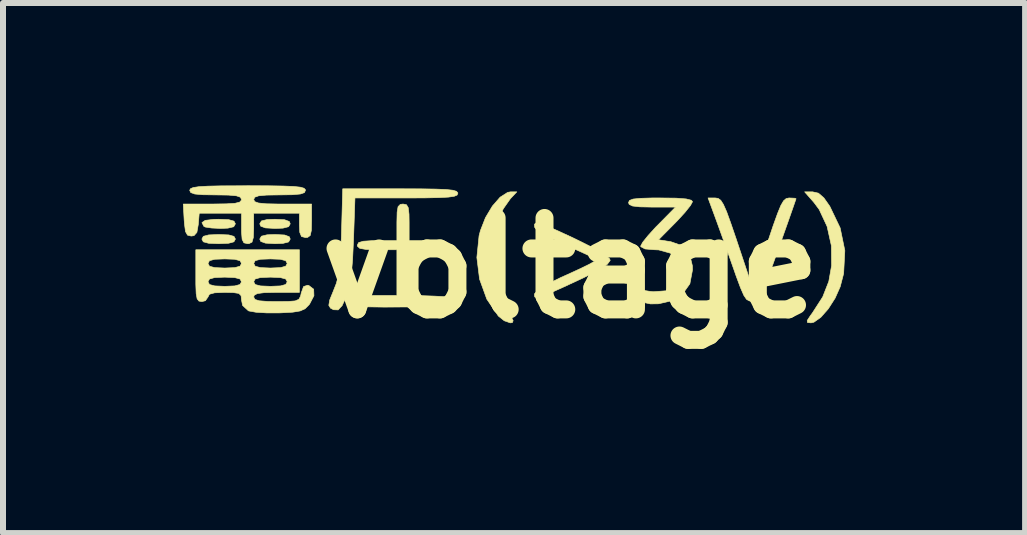
<source format=kicad_pcb>
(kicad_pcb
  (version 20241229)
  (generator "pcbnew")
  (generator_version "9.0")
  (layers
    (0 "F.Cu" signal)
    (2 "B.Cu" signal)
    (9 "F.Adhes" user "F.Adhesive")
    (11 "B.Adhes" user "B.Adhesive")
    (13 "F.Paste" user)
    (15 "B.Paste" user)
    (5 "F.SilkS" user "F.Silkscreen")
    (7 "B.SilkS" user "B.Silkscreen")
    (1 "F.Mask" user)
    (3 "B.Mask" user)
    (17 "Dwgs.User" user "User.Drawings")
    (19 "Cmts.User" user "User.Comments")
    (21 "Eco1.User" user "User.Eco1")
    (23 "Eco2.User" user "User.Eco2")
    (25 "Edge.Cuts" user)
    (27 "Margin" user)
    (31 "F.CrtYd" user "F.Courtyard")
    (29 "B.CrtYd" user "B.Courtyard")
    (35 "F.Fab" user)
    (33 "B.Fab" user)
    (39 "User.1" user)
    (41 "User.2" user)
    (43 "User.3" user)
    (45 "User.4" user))
  (footprint "voltage"
    (layer "F.Cu")
    (at 6.462 1.418)
    (property "Reference" "voltage" (at 0 0 0) (layer "F.SilkS") (effects (font (size 1.524 1.524) (thickness 0.3))))
    (attr through_hole)
    (fp_poly (pts (xy -5.699 -0.552) (xy -5.612 -0.528) (xy -5.588 -0.483) (xy -5.613 -0.437) (xy -5.701 -0.413) (xy -5.867 -0.406) (xy -6.036 -0.413) (xy -6.123 -0.437) (xy -6.147 -0.483) (xy -6.122 -0.529) (xy -6.034 -0.552) (xy -5.867 -0.559) (xy -5.699 -0.552)) (stroke (width 0.01) (type solid)) (fill yes) (layer "F.SilkS"))
    (fp_poly (pts (xy -4.768 -0.805) (xy -4.69 -0.776) (xy -4.674 -0.737) (xy -4.701 -0.689) (xy -4.795 -0.665) (xy -4.928 -0.66) (xy -5.087 -0.669) (xy -5.165 -0.697) (xy -5.182 -0.737) (xy -5.154 -0.785) (xy -5.06 -0.808) (xy -4.928 -0.813) (xy -4.768 -0.805)) (stroke (width 0.01) (type solid)) (fill yes) (layer "F.SilkS"))
    (fp_poly (pts (xy -4.768 -0.551) (xy -4.69 -0.522) (xy -4.674 -0.483) (xy -4.701 -0.435) (xy -4.795 -0.411) (xy -4.928 -0.406) (xy -5.087 -0.415) (xy -5.165 -0.443) (xy -5.182 -0.483) (xy -5.154 -0.531) (xy -5.06 -0.554) (xy -4.928 -0.559) (xy -4.768 -0.551)) (stroke (width 0.01) (type solid)) (fill yes) (layer "F.SilkS"))
    (fp_poly (pts (xy -5.699 -0.806) (xy -5.612 -0.782) (xy -5.588 -0.737) (xy -5.616 -0.688) (xy -5.713 -0.665) (xy -5.834 -0.66) (xy -5.984 -0.667) (xy -6.089 -0.683) (xy -6.113 -0.694) (xy -6.146 -0.757) (xy -6.091 -0.795) (xy -5.944 -0.812) (xy -5.867 -0.813) (xy -5.699 -0.806)) (stroke (width 0.01) (type solid)) (fill yes) (layer "F.SilkS"))
    (fp_poly (pts (xy 4.131 -1.248) (xy 4.222 -1.169) (xy 4.32 -1.03) (xy 4.493 -0.669) (xy 4.571 -0.291) (xy 4.551 0.092) (xy 4.494 0.311) (xy 4.409 0.502) (xy 4.295 0.68) (xy 4.17 0.822) (xy 4.055 0.903) (xy 4.007 0.914) (xy 3.948 0.908) (xy 3.944 0.875) (xy 3.998 0.792) (xy 4.03 0.749) (xy 4.202 0.482) (xy 4.304 0.222) (xy 4.35 -0.04) (xy 4.347 -0.371) (xy 4.275 -0.694) (xy 4.144 -0.975) (xy 4.057 -1.092) (xy 3.901 -1.27) (xy 4.034 -1.27) (xy 4.131 -1.248)) (stroke (width 0.01) (type solid)) (fill yes) (layer "F.SilkS"))
    (fp_poly (pts (xy -1.005 -1.155) (xy -1.122 -0.988) (xy -1.232 -0.759) (xy -1.315 -0.51) (xy -1.345 -0.371) (xy -1.35 -0.069) (xy -1.282 0.254) (xy -1.15 0.56) (xy -1.088 0.66) (xy -0.995 0.8) (xy -0.958 0.878) (xy -0.972 0.91) (xy -1.006 0.914) (xy -1.106 0.879) (xy -1.205 0.8) (xy -1.397 0.519) (xy -1.518 0.185) (xy -1.563 -0.176) (xy -1.526 -0.539) (xy -1.503 -0.626) (xy -1.419 -0.841) (xy -1.304 -1.033) (xy -1.175 -1.181) (xy -1.05 -1.261) (xy -1.002 -1.27) (xy -0.897 -1.27) (xy -1.005 -1.155)) (stroke (width 0.01) (type solid)) (fill yes) (layer "F.SilkS"))
    (fp_poly (pts (xy -2.5 -1.32) (xy -2.249 -1.316) (xy -2.075 -1.309) (xy -1.964 -1.297) (xy -1.903 -1.279) (xy -1.881 -1.254) (xy -1.88 -1.245) (xy -1.893 -1.216) (xy -1.941 -1.196) (xy -2.038 -1.182) (xy -2.198 -1.174) (xy -2.432 -1.169) (xy -2.737 -1.168) (xy -3.595 -1.168) (xy -3.619 -0.47) (xy -3.635 -0.131) (xy -3.658 0.126) (xy -3.692 0.319) (xy -3.737 0.469) (xy -3.737 0.47) (xy -3.809 0.627) (xy -3.875 0.698) (xy -3.952 0.695) (xy -4.002 0.669) (xy -4.031 0.622) (xy -4.016 0.533) (xy -3.953 0.378) (xy -3.953 0.377) (xy -3.906 0.258) (xy -3.872 0.131) (xy -3.849 -0.028) (xy -3.833 -0.24) (xy -3.821 -0.526) (xy -3.819 -0.597) (xy -3.799 -1.321) (xy -2.839 -1.321) (xy -2.5 -1.32)) (stroke (width 0.01) (type solid)) (fill yes) (layer "F.SilkS"))
    (fp_poly (pts (xy -0.513 -0.743) (xy -0.395 -0.7) (xy -0.212 -0.62) (xy 0.049 -0.499) (xy 0.076 -0.486) (xy 0.362 -0.344) (xy 0.553 -0.234) (xy 0.648 -0.156) (xy 0.66 -0.128) (xy 0.612 -0.063) (xy 0.467 0.031) (xy 0.227 0.156) (xy 0.133 0.2) (xy -0.147 0.33) (xy -0.348 0.419) (xy -0.482 0.472) (xy -0.561 0.492) (xy -0.598 0.482) (xy -0.604 0.448) (xy -0.602 0.43) (xy -0.544 0.365) (xy -0.397 0.273) (xy -0.166 0.159) (xy -0.063 0.113) (xy 0.142 0.019) (xy 0.305 -0.06) (xy 0.407 -0.118) (xy 0.433 -0.143) (xy 0.379 -0.172) (xy 0.251 -0.233) (xy 0.071 -0.314) (xy -0.088 -0.385) (xy -0.307 -0.487) (xy -0.477 -0.579) (xy -0.579 -0.652) (xy -0.601 -0.682) (xy -0.603 -0.73) (xy -0.578 -0.751) (xy -0.513 -0.743)) (stroke (width 0.01) (type solid)) (fill yes) (layer "F.SilkS"))
    (fp_poly (pts (xy 3.733 -1.164) (xy 3.758 -1.156) (xy 3.741 -1.106) (xy 3.696 -0.976) (xy 3.628 -0.782) (xy 3.542 -0.539) (xy 3.459 -0.305) (xy 3.35 -0.000476) (xy 3.267 0.221) (xy 3.203 0.373) (xy 3.152 0.468) (xy 3.107 0.521) (xy 3.061 0.544) (xy 3.037 0.549) (xy 2.98 0.549) (xy 2.933 0.523) (xy 2.887 0.455) (xy 2.832 0.329) (xy 2.758 0.13) (xy 2.718 0.015) (xy 2.626 -0.245) (xy 2.532 -0.508) (xy 2.45 -0.736) (xy 2.408 -0.851) (xy 2.291 -1.168) (xy 2.411 -1.168) (xy 2.459 -1.161) (xy 2.503 -1.129) (xy 2.547 -1.06) (xy 2.601 -0.938) (xy 2.669 -0.75) (xy 2.761 -0.482) (xy 2.782 -0.419) (xy 3.032 0.33) (xy 3.28 -0.419) (xy 3.376 -0.705) (xy 3.449 -0.908) (xy 3.504 -1.042) (xy 3.55 -1.121) (xy 3.593 -1.158) (xy 3.64 -1.168) (xy 3.644 -1.168) (xy 3.733 -1.164)) (stroke (width 0.01) (type solid)) (fill yes) (layer "F.SilkS"))
    (fp_poly (pts (xy -2.737 -1.056) (xy -2.707 -1.007) (xy -2.694 -0.897) (xy -2.692 -0.762) (xy -2.692 -0.457) (xy -2.362 -0.457) (xy -2.177 -0.452) (xy -2.074 -0.434) (xy -2.034 -0.398) (xy -2.032 -0.381) (xy -2.054 -0.338) (xy -2.133 -0.315) (xy -2.287 -0.305) (xy -2.362 -0.305) (xy -2.692 -0.305) (xy -2.692 0.453) (xy -2.273 0.468) (xy -2.059 0.479) (xy -1.93 0.497) (xy -1.867 0.526) (xy -1.854 0.559) (xy -1.868 0.587) (xy -1.917 0.608) (xy -2.016 0.623) (xy -2.177 0.634) (xy -2.412 0.642) (xy -2.736 0.649) (xy -2.752 0.649) (xy -3.11 0.651) (xy -3.387 0.647) (xy -3.576 0.636) (xy -3.672 0.618) (xy -3.682 0.611) (xy -3.698 0.538) (xy -3.633 0.49) (xy -3.481 0.464) (xy -3.274 0.457) (xy -2.896 0.457) (xy -2.896 -0.305) (xy -3.226 -0.305) (xy -3.411 -0.31) (xy -3.514 -0.328) (xy -3.554 -0.364) (xy -3.556 -0.381) (xy -3.534 -0.424) (xy -3.455 -0.447) (xy -3.301 -0.457) (xy -3.226 -0.457) (xy -2.896 -0.457) (xy -2.896 -0.762) (xy -2.892 -0.932) (xy -2.876 -1.024) (xy -2.839 -1.061) (xy -2.794 -1.067) (xy -2.737 -1.056)) (stroke (width 0.01) (type solid)) (fill yes) (layer "F.SilkS"))
    (fp_poly (pts (xy 1.758 -1.165) (xy 1.926 -1.152) (xy 2.013 -1.13) (xy 2.032 -1.106) (xy 1.998 -1.043) (xy 1.909 -0.931) (xy 1.782 -0.792) (xy 1.749 -0.758) (xy 1.465 -0.471) (xy 1.67 -0.439) (xy 1.862 -0.372) (xy 1.981 -0.24) (xy 2.03 -0.036) (xy 2.032 0.03) (xy 1.988 0.262) (xy 1.862 0.439) (xy 1.66 0.55) (xy 1.636 0.557) (xy 1.466 0.596) (xy 1.33 0.598) (xy 1.168 0.564) (xy 1.13 0.553) (xy 1.006 0.494) (xy 0.965 0.406) (xy 0.965 0.4) (xy 0.983 0.325) (xy 1.051 0.332) (xy 1.054 0.334) (xy 1.158 0.362) (xy 1.313 0.388) (xy 1.38 0.395) (xy 1.596 0.379) (xy 1.745 0.293) (xy 1.82 0.14) (xy 1.829 0.051) (xy 1.787 -0.127) (xy 1.665 -0.247) (xy 1.469 -0.302) (xy 1.397 -0.305) (xy 1.241 -0.318) (xy 1.171 -0.355) (xy 1.168 -0.367) (xy 1.202 -0.43) (xy 1.292 -0.542) (xy 1.419 -0.682) (xy 1.459 -0.722) (xy 1.749 -1.016) (xy 1.357 -1.016) (xy 1.153 -1.02) (xy 1.032 -1.034) (xy 0.976 -1.061) (xy 0.965 -1.092) (xy 0.982 -1.127) (xy 1.042 -1.15) (xy 1.162 -1.162) (xy 1.358 -1.168) (xy 1.499 -1.168) (xy 1.758 -1.165)) (stroke (width 0.01) (type solid)) (fill yes) (layer "F.SilkS"))
    (fp_poly (pts (xy -5.044 -1.371) (xy -4.793 -1.367) (xy -4.617 -1.36) (xy -4.505 -1.348) (xy -4.444 -1.33) (xy -4.421 -1.306) (xy -4.42 -1.295) (xy -4.438 -1.257) (xy -4.505 -1.234) (xy -4.639 -1.222) (xy -4.851 -1.219) (xy -5.067 -1.216) (xy -5.199 -1.204) (xy -5.265 -1.181) (xy -5.283 -1.143) (xy -5.266 -1.107) (xy -5.203 -1.084) (xy -5.077 -1.071) (xy -4.871 -1.067) (xy -4.801 -1.067) (xy -4.318 -1.067) (xy -4.318 -0.787) (xy -4.322 -0.626) (xy -4.341 -0.542) (xy -4.384 -0.511) (xy -4.42 -0.508) (xy -4.486 -0.525) (xy -4.515 -0.594) (xy -4.521 -0.711) (xy -4.521 -0.914) (xy -5.283 -0.914) (xy -5.283 -0.66) (xy -5.289 -0.508) (xy -5.311 -0.432) (xy -5.361 -0.407) (xy -5.385 -0.406) (xy -5.446 -0.42) (xy -5.476 -0.477) (xy -5.486 -0.602) (xy -5.486 -0.66) (xy -5.486 -0.914) (xy -6.191 -0.914) (xy -6.207 -0.724) (xy -6.23 -0.594) (xy -6.278 -0.54) (xy -6.325 -0.533) (xy -6.386 -0.548) (xy -6.42 -0.608) (xy -6.437 -0.736) (xy -6.442 -0.8) (xy -6.457 -1.067) (xy -5.972 -1.067) (xy -5.741 -1.07) (xy -5.595 -1.079) (xy -5.516 -1.099) (xy -5.488 -1.131) (xy -5.486 -1.143) (xy -5.505 -1.181) (xy -5.572 -1.204) (xy -5.705 -1.216) (xy -5.918 -1.219) (xy -6.134 -1.222) (xy -6.266 -1.234) (xy -6.332 -1.258) (xy -6.35 -1.295) (xy -6.337 -1.322) (xy -6.291 -1.342) (xy -6.198 -1.356) (xy -6.047 -1.365) (xy -5.823 -1.37) (xy -5.515 -1.371) (xy -5.385 -1.372) (xy -5.044 -1.371)) (stroke (width 0.01) (type solid)) (fill yes) (layer "F.SilkS"))
    (fp_poly (pts (xy -4.521 0.406) (xy -4.902 0.406) (xy -5.103 0.41) (xy -5.221 0.425) (xy -5.274 0.453) (xy -5.283 0.483) (xy -5.263 0.523) (xy -5.191 0.546) (xy -5.049 0.557) (xy -4.901 0.559) (xy -4.706 0.557) (xy -4.591 0.548) (xy -4.53 0.521) (xy -4.502 0.47) (xy -4.489 0.412) (xy -4.452 0.309) (xy -4.386 0.287) (xy -4.364 0.291) (xy -4.283 0.353) (xy -4.279 0.462) (xy -4.351 0.6) (xy -4.364 0.616) (xy -4.426 0.678) (xy -4.507 0.715) (xy -4.632 0.736) (xy -4.83 0.747) (xy -4.859 0.748) (xy -5.066 0.748) (xy -5.245 0.737) (xy -5.362 0.716) (xy -5.372 0.712) (xy -5.468 0.624) (xy -5.486 0.535) (xy -5.493 0.461) (xy -5.531 0.423) (xy -5.624 0.409) (xy -5.766 0.406) (xy -5.934 0.413) (xy -6.021 0.437) (xy -6.045 0.483) (xy -6.088 0.545) (xy -6.147 0.559) (xy -6.196 0.551) (xy -6.226 0.513) (xy -6.242 0.427) (xy -6.248 0.271) (xy -6.248 0.229) (xy -6.045 0.229) (xy -6.02 0.275) (xy -5.932 0.298) (xy -5.766 0.305) (xy -5.597 0.298) (xy -5.511 0.274) (xy -5.486 0.229) (xy -5.283 0.229) (xy -5.258 0.275) (xy -5.17 0.298) (xy -5.004 0.305) (xy -4.835 0.298) (xy -4.749 0.274) (xy -4.724 0.229) (xy -4.749 0.183) (xy -4.838 0.159) (xy -5.004 0.152) (xy -5.172 0.159) (xy -5.259 0.183) (xy -5.283 0.229) (xy -5.486 0.229) (xy -5.511 0.183) (xy -5.6 0.159) (xy -5.766 0.152) (xy -5.934 0.159) (xy -6.021 0.183) (xy -6.045 0.229) (xy -6.248 0.229) (xy -6.248 0.127) (xy -6.248 -0.076) (xy -6.045 -0.076) (xy -6.02 -0.03) (xy -5.932 -0.007) (xy -5.766 0) (xy -5.597 -0.007) (xy -5.511 -0.031) (xy -5.486 -0.076) (xy -5.283 -0.076) (xy -5.258 -0.03) (xy -5.17 -0.007) (xy -5.004 0) (xy -4.835 -0.007) (xy -4.749 -0.031) (xy -4.724 -0.076) (xy -4.749 -0.122) (xy -4.838 -0.146) (xy -5.004 -0.152) (xy -5.172 -0.146) (xy -5.259 -0.122) (xy -5.283 -0.076) (xy -5.486 -0.076) (xy -5.511 -0.122) (xy -5.6 -0.146) (xy -5.766 -0.152) (xy -5.934 -0.146) (xy -6.021 -0.122) (xy -6.045 -0.076) (xy -6.248 -0.076) (xy -6.248 -0.305) (xy -4.521 -0.305) (xy -4.521 0.406)) (stroke (width 0.01) (type solid)) (fill yes) (layer "F.SilkS")))
  (gr_rect
    (start -3 -3)
    (end 14.038 5.836)
    (stroke (width 0.1) (type default))
    (fill no)
    (layer "Edge.Cuts")))
</source>
